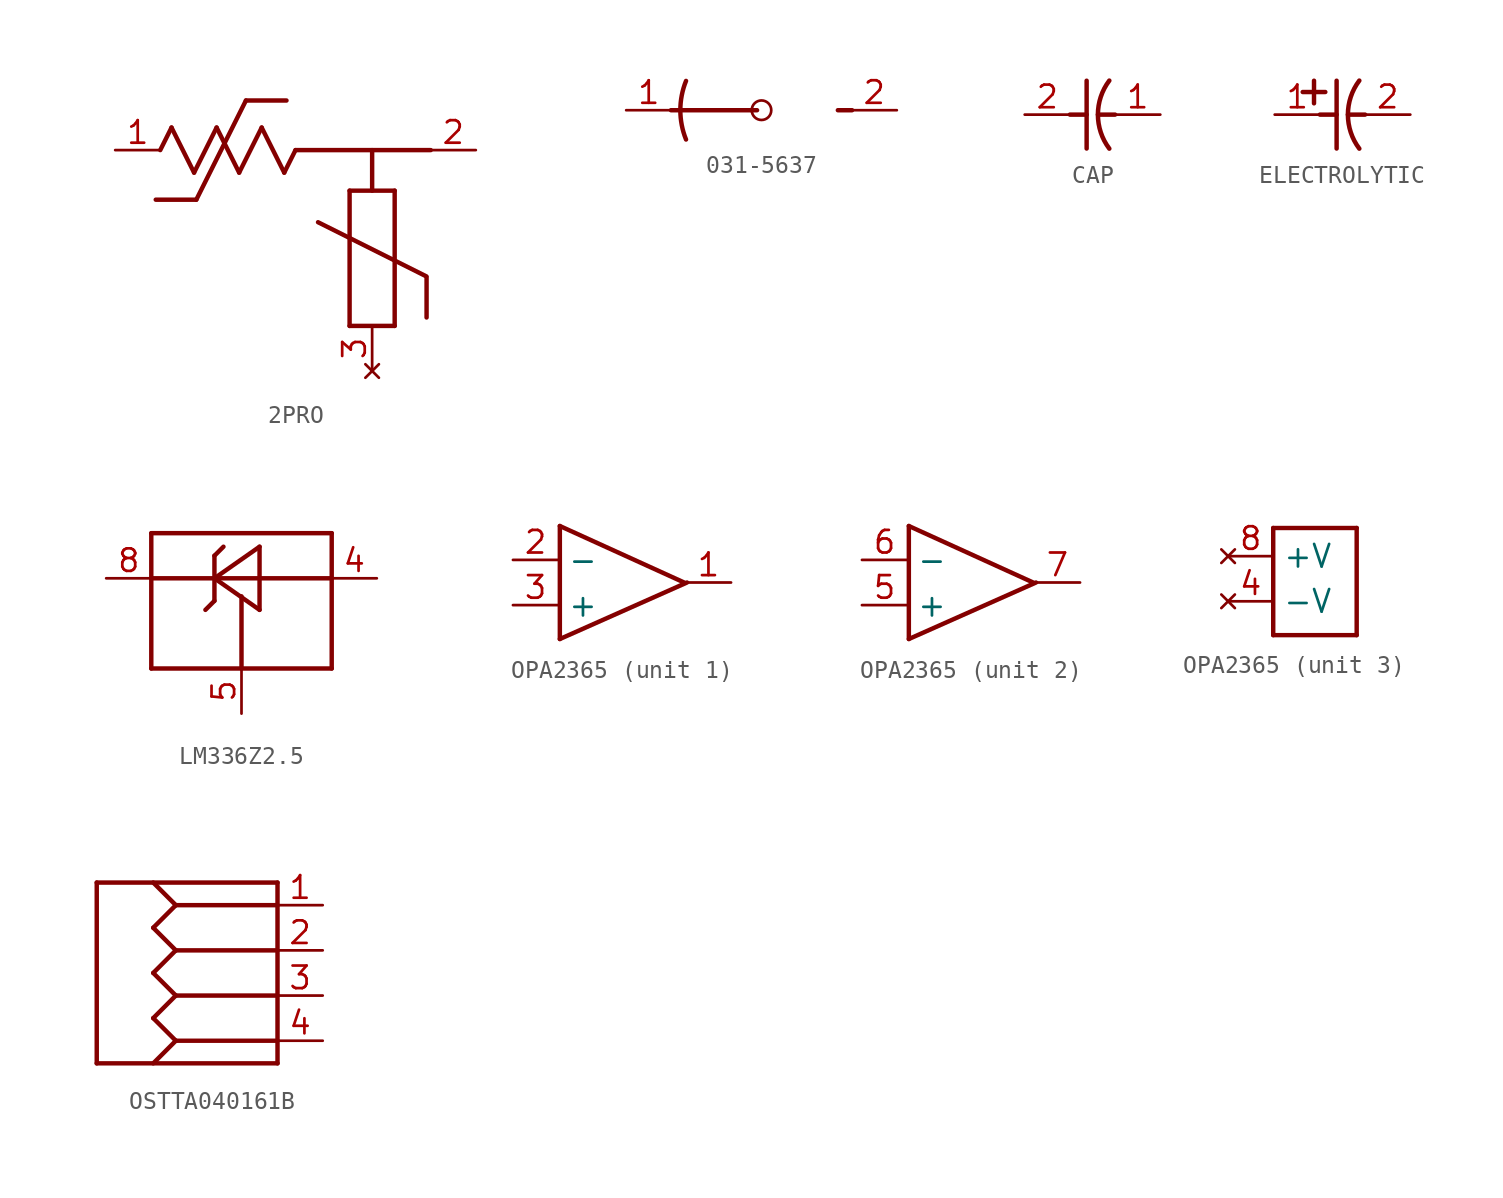
<source format=kicad_sym>
(kicad_symbol_lib
  (version 20211014)
  (generator kicad_symbol_editor)
  (symbol "2PRO"
    (property "Reference" "V"
      (at 0 0 0)
      (effects (font (size 1.27 1.27)) hide))
    (property "ki_locked" ""
      (at 0 0 0)
      (effects (font (size 1.27 1.27))))
    (symbol "2PRO_1_0"
      (polyline (pts (xy -3.302 0) (xy -2.667 1.27)) (stroke (width 0.25) (type default) (color 0 0 0 0)) (fill (type none)))
      (polyline (pts (xy -2.667 1.27) (xy -1.397 -1.27)) (stroke (width 0.25) (type default) (color 0 0 0 0)) (fill (type none)))
      (polyline (pts (xy -1.397 -1.27) (xy -0.127 1.27)) (stroke (width 0.25) (type default) (color 0 0 0 0)) (fill (type none)))
      (polyline (pts (xy -1.27 -2.794) (xy -3.556 -2.794)) (stroke (width 0.25) (type default) (color 0 0 0 0)) (fill (type none)))
      (polyline (pts (xy -0.127 1.27) (xy 1.143 -1.27)) (stroke (width 0.25) (type default) (color 0 0 0 0)) (fill (type none)))
      (polyline (pts (xy 1.143 -1.27) (xy 2.413 1.27)) (stroke (width 0.25) (type default) (color 0 0 0 0)) (fill (type none)))
      (polyline (pts (xy 1.524 2.794) (xy -1.27 -2.794)) (stroke (width 0.25) (type default) (color 0 0 0 0)) (fill (type none)))
      (polyline (pts (xy 2.413 1.27) (xy 3.683 -1.27)) (stroke (width 0.25) (type default) (color 0 0 0 0)) (fill (type none)))
      (polyline (pts (xy 3.683 -1.27) (xy 4.318 0)) (stroke (width 0.25) (type default) (color 0 0 0 0)) (fill (type none)))
      (polyline (pts (xy 3.81 2.794) (xy 1.524 2.794)) (stroke (width 0.25) (type default) (color 0 0 0 0)) (fill (type none)))
      (polyline (pts (xy 5.588 -4.064) (xy 11.684 -7.112)) (stroke (width 0.25) (type default) (color 0 0 0 0)) (fill (type none)))
      (polyline (pts (xy 7.366 -9.906) (xy 7.366 -2.286)) (stroke (width 0.25) (type default) (color 0 0 0 0)) (fill (type none)))
      (polyline (pts (xy 7.366 -2.286) (xy 9.906 -2.286)) (stroke (width 0.25) (type default) (color 0 0 0 0)) (fill (type none)))
      (polyline (pts (xy 8.636 -2.286) (xy 8.636 0)) (stroke (width 0.25) (type default) (color 0 0 0 0)) (fill (type none)))
      (polyline (pts (xy 9.906 -9.906) (xy 7.366 -9.906)) (stroke (width 0.25) (type default) (color 0 0 0 0)) (fill (type none)))
      (polyline (pts (xy 9.906 -2.286) (xy 9.906 -9.906)) (stroke (width 0.25) (type default) (color 0 0 0 0)) (fill (type none)))
      (polyline (pts (xy 11.703 -7.144) (xy 11.703 -9.43)) (stroke (width 0.25) (type default) (color 0 0 0 0)) (fill (type none)))
      (polyline (pts (xy 11.938 0) (xy 4.318 0)) (stroke (width 0.25) (type default) (color 0 0 0 0)) (fill (type none)))
      (pin passive line (at -5.842 0 0) (length 2.54) (name "1" (effects (font (size 0 0)))) (number "1" (effects (font (size 1.27 1.27)))))
      (pin passive line (at 14.478 0 180) (length 2.54) (name "2" (effects (font (size 0 0)))) (number "2" (effects (font (size 1.27 1.27)))))
      (pin no_connect line (at 8.636 -12.446 90) (length 2.54) (name "3" (effects (font (size 0 0)))) (number "3" (effects (font (size 1.27 1.27)))))))
  (symbol "031-5637"
    (property "Reference" "J"
      (at 0 0 0)
      (effects (font (size 1.27 1.27)) hide))
    (property "ki_locked" ""
      (at 0 0 0)
      (effects (font (size 1.27 1.27))))
    (symbol "031-5637_1_0"
      (arc (start -4.25 1.65) (mid -4.5703 0) (end -4.25 -1.65) (stroke (width 0.25) (type default) (color 0 0 0 0)) (fill (type none)))
      (polyline (pts (xy -0.25 0) (xy -5.1 0)) (stroke (width 0.25) (type default) (color 0 0 0 0)) (fill (type none)))
      (polyline (pts (xy 4.3 0) (xy 5.1 0)) (stroke (width 0.25) (type default) (color 0 0 0 0)) (fill (type none)))
      (circle (center 0 0) (radius 0.55) (stroke (width 0) (type default) (color 0 0 0 0)) (fill (type none)))
      (pin bidirectional line (at -7.62 0 0) (length 2.54) (name "CON" (effects (font (size 0 0)))) (number "1" (effects (font (size 1.27 1.27)))))
      (pin power_in line (at 7.62 0 180) (length 2.54) (name "GND" (effects (font (size 0 0)))) (number "2" (effects (font (size 1.27 1.27)))))))
  (symbol "CAP"
    (property "Reference" "C"
      (at 0 0 0)
      (effects (font (size 1.27 1.27)) hide))
    (property "ki_locked" ""
      (at 0 0 0)
      (effects (font (size 1.27 1.27))))
    (symbol "CAP_1_0"
      (polyline (pts (xy -1.27 0) (xy -0.33 0)) (stroke (width 0.25) (type default) (color 0 0 0 0)) (fill (type none)))
      (polyline (pts (xy -0.33 -1.905) (xy -0.33 1.905)) (stroke (width 0.25) (type default) (color 0 0 0 0)) (fill (type none)))
      (polyline (pts (xy 0.305 0) (xy 1.27 0)) (stroke (width 0.25) (type default) (color 0 0 0 0)) (fill (type none)))
      (arc (start 0.944 1.911) (mid 0.3044 0) (end 0.944 -1.911) (stroke (width 0.254) (type default) (color 0 0 0 0)) (fill (type none)))
      (pin passive line (at 3.81 0 180) (length 2.54) (name "B" (effects (font (size 0 0)))) (number "1" (effects (font (size 1.27 1.27)))))
      (pin passive line (at -3.81 0 0) (length 2.54) (name "A" (effects (font (size 0 0)))) (number "2" (effects (font (size 1.27 1.27)))))))
  (symbol "ELECTROLYTIC"
    (property "Reference" "C"
      (at 0 0 0)
      (effects (font (size 1.27 1.27)) hide))
    (property "ki_locked" ""
      (at 0 0 0)
      (effects (font (size 1.27 1.27))))
    (symbol "ELECTROLYTIC_1_0"
      (polyline (pts (xy -1.753 1.27) (xy -0.483 1.27)) (stroke (width 0.25) (type default) (color 0 0 0 0)) (fill (type none)))
      (polyline (pts (xy -1.118 0.635) (xy -1.118 1.905)) (stroke (width 0.25) (type default) (color 0 0 0 0)) (fill (type none)))
      (polyline (pts (xy -0.787 0) (xy 0.152 0)) (stroke (width 0.25) (type default) (color 0 0 0 0)) (fill (type none)))
      (polyline (pts (xy 0.152 -1.905) (xy 0.152 1.905)) (stroke (width 0.25) (type default) (color 0 0 0 0)) (fill (type none)))
      (polyline (pts (xy 0.787 0) (xy 1.753 0)) (stroke (width 0.25) (type default) (color 0 0 0 0)) (fill (type none)))
      (arc (start 1.427 1.911) (mid 0.7874 0) (end 1.427 -1.911) (stroke (width 0.254) (type default) (color 0 0 0 0)) (fill (type none)))
      (pin passive line (at -3.327 0 0) (length 2.54) (name "1" (effects (font (size 0 0)))) (number "1" (effects (font (size 1.27 1.27)))))
      (pin passive line (at 4.293 0 180) (length 2.54) (name "2" (effects (font (size 0 0)))) (number "2" (effects (font (size 1.27 1.27)))))))
  (symbol "LM336Z2.5"
    (property "Reference" "U"
      (at 0 0 0)
      (effects (font (size 1.27 1.27)) hide))
    (property "ki_locked" ""
      (at 0 0 0)
      (effects (font (size 1.27 1.27))))
    (symbol "LM336Z2.5_1_0"
      (polyline (pts (xy -5.08 -3.81) (xy -5.08 3.81)) (stroke (width 0.25) (type default) (color 0 0 0 0)) (fill (type none)))
      (polyline (pts (xy -5.08 -3.81) (xy 5.08 -3.81)) (stroke (width 0.25) (type default) (color 0 0 0 0)) (fill (type none)))
      (polyline (pts (xy -5.08 1.27) (xy 5.08 1.27)) (stroke (width 0.25) (type default) (color 0 0 0 0)) (fill (type none)))
      (polyline (pts (xy -5.08 3.81) (xy 5.08 3.81)) (stroke (width 0.25) (type default) (color 0 0 0 0)) (fill (type none)))
      (polyline (pts (xy -2.032 -0.508) (xy -1.524 0)) (stroke (width 0.25) (type default) (color 0 0 0 0)) (fill (type none)))
      (polyline (pts (xy -1.524 0) (xy -1.524 2.54)) (stroke (width 0.25) (type default) (color 0 0 0 0)) (fill (type none)))
      (polyline (pts (xy -1.524 1.27) (xy 1.016 -0.508)) (stroke (width 0.25) (type default) (color 0 0 0 0)) (fill (type none)))
      (polyline (pts (xy -1.524 2.54) (xy -1.016 3.048)) (stroke (width 0.25) (type default) (color 0 0 0 0)) (fill (type none)))
      (polyline (pts (xy 0 0.254) (xy 0 -3.81)) (stroke (width 0.25) (type default) (color 0 0 0 0)) (fill (type none)))
      (polyline (pts (xy 1.016 -0.508) (xy 1.016 3.048)) (stroke (width 0.25) (type default) (color 0 0 0 0)) (fill (type none)))
      (polyline (pts (xy 1.016 3.048) (xy -1.524 1.27)) (stroke (width 0.25) (type default) (color 0 0 0 0)) (fill (type none)))
      (polyline (pts (xy 5.08 3.81) (xy 5.08 -3.81)) (stroke (width 0.25) (type default) (color 0 0 0 0)) (fill (type none)))
      (pin passive line (at 7.62 1.27 180) (length 2.54) (name "-V" (effects (font (size 0 0)))) (number "4" (effects (font (size 1.27 1.27)))))
      (pin input line (at 0 -6.35 90) (length 2.54) (name "ADJ" (effects (font (size 0 0)))) (number "5" (effects (font (size 1.27 1.27)))))
      (pin passive line (at -7.62 1.27 0) (length 2.54) (name "+V" (effects (font (size 0 0)))) (number "8" (effects (font (size 1.27 1.27)))))))
  (symbol "OPA2365"
    (property "Reference" "U"
      (at 0 0 0)
      (effects (font (size 1.27 1.27)) hide))
    (property "ki_locked" ""
      (at 0 0 0)
      (effects (font (size 1.27 1.27))))
    (symbol "OPA2365_1_0"
      (polyline (pts (xy -2.413 -3.016) (xy -2.413 3.334)) (stroke (width 0.25) (type default) (color 0 0 0 0)) (fill (type none)))
      (polyline (pts (xy -2.413 -3.016) (xy 4.731 0.159)) (stroke (width 0.25) (type default) (color 0 0 0 0)) (fill (type none)))
      (polyline (pts (xy 4.572 0.159) (xy -2.413 3.334)) (stroke (width 0.25) (type default) (color 0 0 0 0)) (fill (type none)))
      (pin output line (at 7.207 0.159 180) (length 2.54) (name "1" (effects (font (size 0 0)))) (number "1" (effects (font (size 1.27 1.27)))))
      (pin input line (at -5.048 1.429 0) (length 2.54) (name "-" (effects (font (size 1.27 1.27)))) (number "2" (effects (font (size 1.27 1.27)))))
      (pin input line (at -5.048 -1.111 0) (length 2.54) (name "+" (effects (font (size 1.27 1.27)))) (number "3" (effects (font (size 1.27 1.27))))))
    (symbol "OPA2365_2_0"
      (polyline (pts (xy -2.413 -3.016) (xy -2.413 3.334)) (stroke (width 0.25) (type default) (color 0 0 0 0)) (fill (type none)))
      (polyline (pts (xy -2.413 -3.016) (xy 4.731 0.159)) (stroke (width 0.25) (type default) (color 0 0 0 0)) (fill (type none)))
      (polyline (pts (xy 4.572 0.159) (xy -2.413 3.334)) (stroke (width 0.25) (type default) (color 0 0 0 0)) (fill (type none)))
      (pin input line (at -5.048 -1.111 0) (length 2.54) (name "+" (effects (font (size 1.27 1.27)))) (number "5" (effects (font (size 1.27 1.27)))))
      (pin input line (at -5.048 1.429 0) (length 2.54) (name "-" (effects (font (size 1.27 1.27)))) (number "6" (effects (font (size 1.27 1.27)))))
      (pin output line (at 7.207 0.159 180) (length 2.54) (name "7" (effects (font (size 0 0)))) (number "7" (effects (font (size 1.27 1.27))))))
    (symbol "OPA2365_3_0"
      (polyline (pts (xy -2.794 -3.492) (xy -2.794 2.54)) (stroke (width 0.25) (type default) (color 0 0 0 0)) (fill (type none)))
      (polyline (pts (xy -2.794 2.54) (xy 1.905 2.54)) (stroke (width 0.25) (type default) (color 0 0 0 0)) (fill (type none)))
      (polyline (pts (xy 1.905 -3.492) (xy -2.794 -3.492)) (stroke (width 0.25) (type default) (color 0 0 0 0)) (fill (type none)))
      (polyline (pts (xy 1.905 2.54) (xy 1.905 -3.492)) (stroke (width 0.25) (type default) (color 0 0 0 0)) (fill (type none)))
      (pin no_connect line (at -5.334 -1.587 0) (length 2.54) (name "-V" (effects (font (size 1.27 1.27)))) (number "4" (effects (font (size 1.27 1.27)))))
      (pin no_connect line (at -5.334 0.953 0) (length 2.54) (name "+V" (effects (font (size 1.27 1.27)))) (number "8" (effects (font (size 1.27 1.27)))))))
  (symbol "OSTTA040161B"
    (property "Reference" "J"
      (at 0 0 0)
      (effects (font (size 1.27 1.27)) hide))
    (property "ki_locked" ""
      (at 0 0 0)
      (effects (font (size 1.27 1.27))))
    (symbol "OSTTA040161B_1_0"
      (polyline (pts (xy -5.08 -5.08) (xy -5.08 5.08)) (stroke (width 0.25) (type default) (color 0 0 0 0)) (fill (type none)))
      (polyline (pts (xy -5.08 5.08) (xy 5.08 5.08)) (stroke (width 0.25) (type default) (color 0 0 0 0)) (fill (type none)))
      (polyline (pts (xy -1.905 -5.08) (xy -0.635 -3.81)) (stroke (width 0.25) (type default) (color 0 0 0 0)) (fill (type none)))
      (polyline (pts (xy -1.905 -2.54) (xy -0.635 -3.81)) (stroke (width 0.25) (type default) (color 0 0 0 0)) (fill (type none)))
      (polyline (pts (xy -1.905 -2.54) (xy -0.635 -1.27)) (stroke (width 0.25) (type default) (color 0 0 0 0)) (fill (type none)))
      (polyline (pts (xy -1.905 0) (xy -0.635 -1.27)) (stroke (width 0.25) (type default) (color 0 0 0 0)) (fill (type none)))
      (polyline (pts (xy -1.905 0) (xy -0.635 1.27)) (stroke (width 0.25) (type default) (color 0 0 0 0)) (fill (type none)))
      (polyline (pts (xy -1.905 2.54) (xy -0.635 1.27)) (stroke (width 0.25) (type default) (color 0 0 0 0)) (fill (type none)))
      (polyline (pts (xy -1.905 2.54) (xy -0.635 3.81)) (stroke (width 0.25) (type default) (color 0 0 0 0)) (fill (type none)))
      (polyline (pts (xy -1.905 5.08) (xy -0.635 3.81)) (stroke (width 0.25) (type default) (color 0 0 0 0)) (fill (type none)))
      (polyline (pts (xy -0.635 -3.81) (xy 5.08 -3.81)) (stroke (width 0.25) (type default) (color 0 0 0 0)) (fill (type none)))
      (polyline (pts (xy -0.635 -1.27) (xy 5.08 -1.27)) (stroke (width 0.25) (type default) (color 0 0 0 0)) (fill (type none)))
      (polyline (pts (xy -0.635 1.27) (xy 5.08 1.27)) (stroke (width 0.25) (type default) (color 0 0 0 0)) (fill (type none)))
      (polyline (pts (xy -0.635 3.81) (xy 5.08 3.81)) (stroke (width 0.25) (type default) (color 0 0 0 0)) (fill (type none)))
      (polyline (pts (xy 5.08 -5.08) (xy -5.08 -5.08)) (stroke (width 0.25) (type default) (color 0 0 0 0)) (fill (type none)))
      (polyline (pts (xy 5.08 5.08) (xy 5.08 -5.08)) (stroke (width 0.25) (type default) (color 0 0 0 0)) (fill (type none)))
      (pin passive line (at 7.62 3.81 180) (length 2.54) (name "P1" (effects (font (size 0 0)))) (number "1" (effects (font (size 1.27 1.27)))))
      (pin passive line (at 7.62 1.27 180) (length 2.54) (name "P2" (effects (font (size 0 0)))) (number "2" (effects (font (size 1.27 1.27)))))
      (pin passive line (at 7.62 -1.27 180) (length 2.54) (name "P3" (effects (font (size 0 0)))) (number "3" (effects (font (size 1.27 1.27)))))
      (pin passive line (at 7.62 -3.81 180) (length 2.54) (name "P4" (effects (font (size 0 0)))) (number "4" (effects (font (size 1.27 1.27))))))))
</source>
